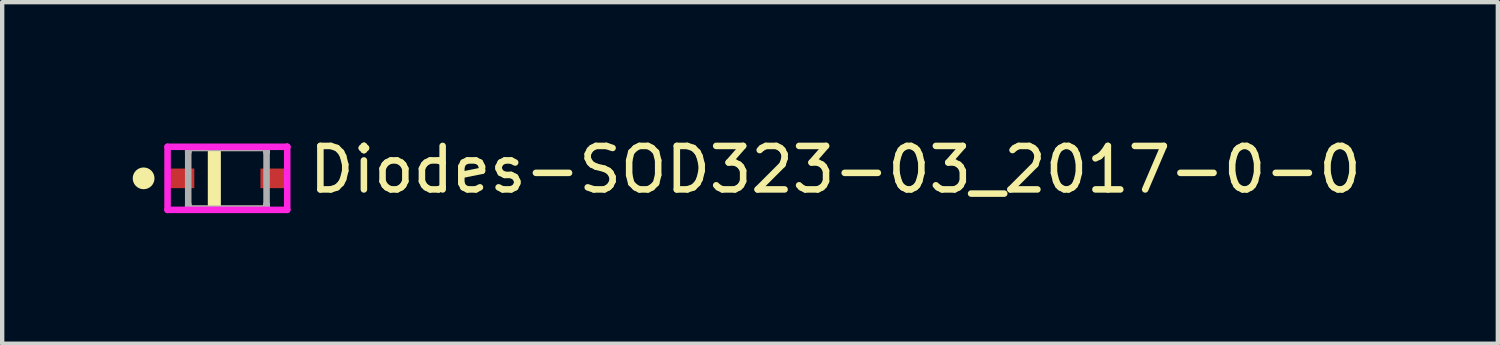
<source format=kicad_pcb>
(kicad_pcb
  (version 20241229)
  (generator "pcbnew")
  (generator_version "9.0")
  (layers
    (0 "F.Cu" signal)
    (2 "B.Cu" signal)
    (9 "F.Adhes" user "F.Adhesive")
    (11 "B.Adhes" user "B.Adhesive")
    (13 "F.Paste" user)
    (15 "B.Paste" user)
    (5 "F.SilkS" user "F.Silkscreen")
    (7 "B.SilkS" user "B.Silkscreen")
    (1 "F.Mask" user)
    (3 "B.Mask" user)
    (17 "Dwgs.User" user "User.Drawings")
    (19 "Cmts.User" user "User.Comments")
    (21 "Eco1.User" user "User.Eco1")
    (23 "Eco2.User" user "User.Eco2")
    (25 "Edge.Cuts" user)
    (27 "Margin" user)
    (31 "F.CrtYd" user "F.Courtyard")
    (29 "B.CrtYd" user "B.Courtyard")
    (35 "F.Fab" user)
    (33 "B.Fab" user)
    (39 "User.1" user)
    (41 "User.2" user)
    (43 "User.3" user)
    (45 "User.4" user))
  (footprint "Diodes-SOD323-03_2017-0-0"
    (layer "F.Cu")
    (at 2.175 1.048)
    (property "Reference" "Diodes-SOD323-03_2017-0-0" (at 1.8 -0.2 0) (layer "F.SilkS") (effects (font (size 1 1) (thickness 0.15)) (justify left)))
    (attr through_hole)
    (fp_line (start -0.9 -0.7) (end 0.9 -0.7) (stroke (width 0.15) (type solid)) (layer "F.SilkS"))
    (fp_line (start -0.9 -0.6) (end -0.9 -0.7) (stroke (width 0.15) (type solid)) (layer "F.SilkS"))
    (fp_line (start -0.9 0.7) (end -0.9 0.6) (stroke (width 0.15) (type solid)) (layer "F.SilkS"))
    (fp_line (start -0.9 0.7) (end 0.9 0.7) (stroke (width 0.15) (type solid)) (layer "F.SilkS"))
    (fp_line (start -0.3 -0.6) (end -0.3 0.6) (stroke (width 0.3) (type solid)) (layer "F.SilkS"))
    (fp_line (start 0.9 -0.6) (end 0.9 -0.7) (stroke (width 0.15) (type solid)) (layer "F.SilkS"))
    (fp_line (start 0.9 0.7) (end 0.9 0.6) (stroke (width 0.15) (type solid)) (layer "F.SilkS"))
    (fp_circle (center -1.925 0) (end -1.8 0) (stroke (width 0.25) (type solid)) (fill no) (layer "F.SilkS"))
    (fp_line (start -1.375 -0.725) (end -1.375 0.725) (stroke (width 0.15) (type solid)) (layer "F.CrtYd"))
    (fp_line (start -1.375 0.725) (end 1.375 0.725) (stroke (width 0.15) (type solid)) (layer "F.CrtYd"))
    (fp_line (start 1.375 -0.725) (end -1.375 -0.725) (stroke (width 0.15) (type solid)) (layer "F.CrtYd"))
    (fp_line (start 1.375 -0.725) (end 1.375 -0.725) (stroke (width 0.15) (type solid)) (layer "F.CrtYd"))
    (fp_line (start 1.375 0.725) (end 1.375 -0.725) (stroke (width 0.15) (type solid)) (layer "F.CrtYd"))
    (fp_line (start -0.9 -0.7) (end 0.9 -0.7) (stroke (width 0.15) (type solid)) (layer "F.Fab"))
    (fp_line (start -0.9 0.7) (end -0.9 -0.7) (stroke (width 0.15) (type solid)) (layer "F.Fab"))
    (fp_line (start 0.9 -0.7) (end 0.9 0.7) (stroke (width 0.15) (type solid)) (layer "F.Fab"))
    (fp_line (start 0.9 0.7) (end -0.9 0.7) (stroke (width 0.15) (type solid)) (layer "F.Fab"))
    (pad "1" smd rect (at -1.055 0) (size 0.59 0.45) (layers "F.Cu" "F.Mask" "F.Paste"))
    (pad "2" smd rect (at 1.055 0) (size 0.59 0.45) (layers "F.Cu" "F.Mask" "F.Paste")))
  (gr_rect
    (start -3 -3)
    (end 31.368 4.848)
    (stroke (width 0.1) (type default))
    (fill no)
    (layer "Edge.Cuts")))
</source>
